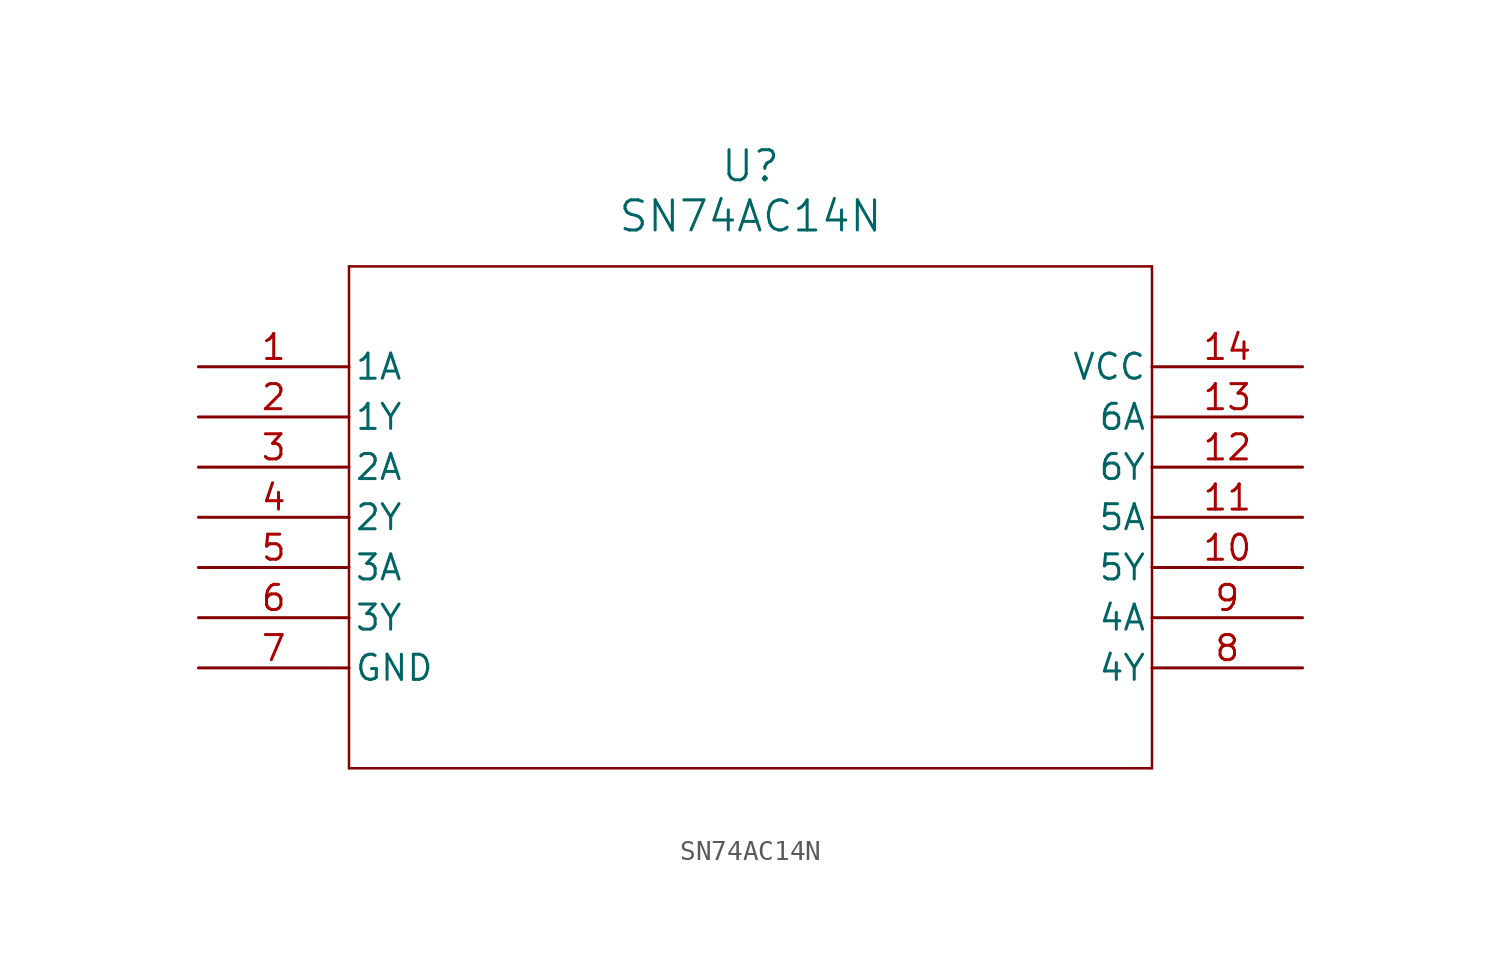
<source format=kicad_sym>
(kicad_symbol_lib
  (version 20211014)
  (generator kicad_symbol_editor)
  (symbol "SN74AC14N"
    (pin_names
      (offset 0.254))
    (property "Reference" "U"
      (at 27.94 10.16 0)
      (effects (font (size 1.524 1.524))))
    (property "Value" "SN74AC14N"
      (at 27.94 7.62 0)
      (effects (font (size 1.524 1.524))))
    (symbol "SN74AC14N_0_1"
      (polyline (pts (xy 7.62 5.08) (xy 7.62 -20.32)) (stroke (width 0.127) (type default) (color 0 0 0 0)) (fill (type none)))
      (polyline (pts (xy 7.62 -20.32) (xy 48.26 -20.32)) (stroke (width 0.127) (type default) (color 0 0 0 0)) (fill (type none)))
      (polyline (pts (xy 48.26 -20.32) (xy 48.26 5.08)) (stroke (width 0.127) (type default) (color 0 0 0 0)) (fill (type none)))
      (polyline (pts (xy 48.26 5.08) (xy 7.62 5.08)) (stroke (width 0.127) (type default) (color 0 0 0 0)) (fill (type none)))
      (pin input line (at 0 0 0) (length 7.62) (name "1A" (effects (font (size 1.27 1.27)))) (number "1" (effects (font (size 1.27 1.27)))))
      (pin output line (at 0 -2.54 0) (length 7.62) (name "1Y" (effects (font (size 1.27 1.27)))) (number "2" (effects (font (size 1.27 1.27)))))
      (pin input line (at 0 -5.08 0) (length 7.62) (name "2A" (effects (font (size 1.27 1.27)))) (number "3" (effects (font (size 1.27 1.27)))))
      (pin output line (at 0 -7.62 0) (length 7.62) (name "2Y" (effects (font (size 1.27 1.27)))) (number "4" (effects (font (size 1.27 1.27)))))
      (pin input line (at 0 -10.16 0) (length 7.62) (name "3A" (effects (font (size 1.27 1.27)))) (number "5" (effects (font (size 1.27 1.27)))))
      (pin output line (at 0 -12.7 0) (length 7.62) (name "3Y" (effects (font (size 1.27 1.27)))) (number "6" (effects (font (size 1.27 1.27)))))
      (pin power_in line (at 0 -15.24 0) (length 7.62) (name "GND" (effects (font (size 1.27 1.27)))) (number "7" (effects (font (size 1.27 1.27)))))
      (pin output line (at 55.88 -15.24 180) (length 7.62) (name "4Y" (effects (font (size 1.27 1.27)))) (number "8" (effects (font (size 1.27 1.27)))))
      (pin input line (at 55.88 -12.7 180) (length 7.62) (name "4A" (effects (font (size 1.27 1.27)))) (number "9" (effects (font (size 1.27 1.27)))))
      (pin output line (at 55.88 -10.16 180) (length 7.62) (name "5Y" (effects (font (size 1.27 1.27)))) (number "10" (effects (font (size 1.27 1.27)))))
      (pin input line (at 55.88 -7.62 180) (length 7.62) (name "5A" (effects (font (size 1.27 1.27)))) (number "11" (effects (font (size 1.27 1.27)))))
      (pin output line (at 55.88 -5.08 180) (length 7.62) (name "6Y" (effects (font (size 1.27 1.27)))) (number "12" (effects (font (size 1.27 1.27)))))
      (pin input line (at 55.88 -2.54 180) (length 7.62) (name "6A" (effects (font (size 1.27 1.27)))) (number "13" (effects (font (size 1.27 1.27)))))
      (pin power_in line (at 55.88 0 180) (length 7.62) (name "VCC" (effects (font (size 1.27 1.27)))) (number "14" (effects (font (size 1.27 1.27))))))))
</source>
